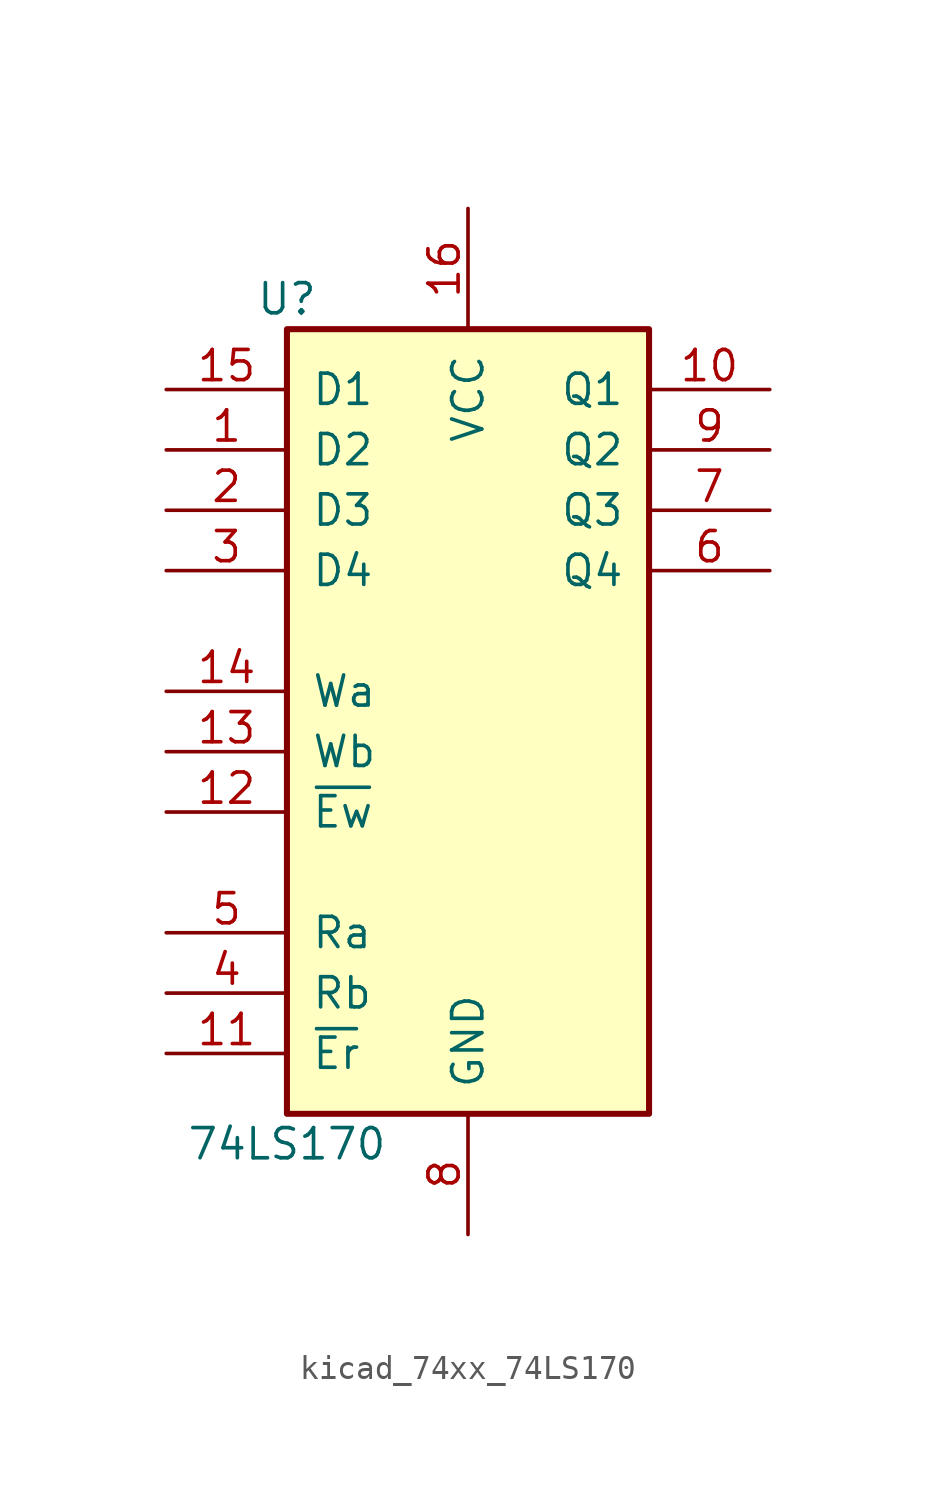
<source format=kicad_sym>
(kicad_symbol_lib
  (version 20220914)
  (generator kicad_symbol_editor)
  (symbol "kicad_74xx_74LS170"
    (pin_names
      (offset 1.016))
    (property "Reference" "U"
      (at -7.62 16.51 0)
      (effects (font (size 1.27 1.27))))
    (property "Value" "74LS170"
      (at -7.62 -19.05 0)
      (effects (font (size 1.27 1.27))))
    (property "ki_locked" ""
      (at 0 0 0)
      (effects (font (size 1.27 1.27))))
    (symbol "kicad_74xx_74LS170_1_0"
      (pin input line (at -12.7 10.16 0) (length 5.08) (name "D2" (effects (font (size 1.27 1.27)))) (number "1" (effects (font (size 1.27 1.27)))))
      (pin tri_state line (at 12.7 12.7 180) (length 5.08) (name "Q1" (effects (font (size 1.27 1.27)))) (number "10" (effects (font (size 1.27 1.27)))))
      (pin input line (at -12.7 -15.24 0) (length 5.08) (name "~{Er}" (effects (font (size 1.27 1.27)))) (number "11" (effects (font (size 1.27 1.27)))))
      (pin input line (at -12.7 -5.08 0) (length 5.08) (name "~{Ew}" (effects (font (size 1.27 1.27)))) (number "12" (effects (font (size 1.27 1.27)))))
      (pin input line (at -12.7 -2.54 0) (length 5.08) (name "Wb" (effects (font (size 1.27 1.27)))) (number "13" (effects (font (size 1.27 1.27)))))
      (pin input line (at -12.7 0 0) (length 5.08) (name "Wa" (effects (font (size 1.27 1.27)))) (number "14" (effects (font (size 1.27 1.27)))))
      (pin input line (at -12.7 12.7 0) (length 5.08) (name "D1" (effects (font (size 1.27 1.27)))) (number "15" (effects (font (size 1.27 1.27)))))
      (pin power_in line (at 0 20.32 270) (length 5.08) (name "VCC" (effects (font (size 1.27 1.27)))) (number "16" (effects (font (size 1.27 1.27)))))
      (pin input line (at -12.7 7.62 0) (length 5.08) (name "D3" (effects (font (size 1.27 1.27)))) (number "2" (effects (font (size 1.27 1.27)))))
      (pin input line (at -12.7 5.08 0) (length 5.08) (name "D4" (effects (font (size 1.27 1.27)))) (number "3" (effects (font (size 1.27 1.27)))))
      (pin input line (at -12.7 -12.7 0) (length 5.08) (name "Rb" (effects (font (size 1.27 1.27)))) (number "4" (effects (font (size 1.27 1.27)))))
      (pin input line (at -12.7 -10.16 0) (length 5.08) (name "Ra" (effects (font (size 1.27 1.27)))) (number "5" (effects (font (size 1.27 1.27)))))
      (pin tri_state line (at 12.7 5.08 180) (length 5.08) (name "Q4" (effects (font (size 1.27 1.27)))) (number "6" (effects (font (size 1.27 1.27)))))
      (pin tri_state line (at 12.7 7.62 180) (length 5.08) (name "Q3" (effects (font (size 1.27 1.27)))) (number "7" (effects (font (size 1.27 1.27)))))
      (pin power_in line (at 0 -22.86 90) (length 5.08) (name "GND" (effects (font (size 1.27 1.27)))) (number "8" (effects (font (size 1.27 1.27)))))
      (pin tri_state line (at 12.7 10.16 180) (length 5.08) (name "Q2" (effects (font (size 1.27 1.27)))) (number "9" (effects (font (size 1.27 1.27))))))
    (symbol "kicad_74xx_74LS170_1_1"
      (rectangle (start -7.62 15.24) (end 7.62 -17.78) (stroke (width 0.254) (type default)) (fill (type background))))))
</source>
